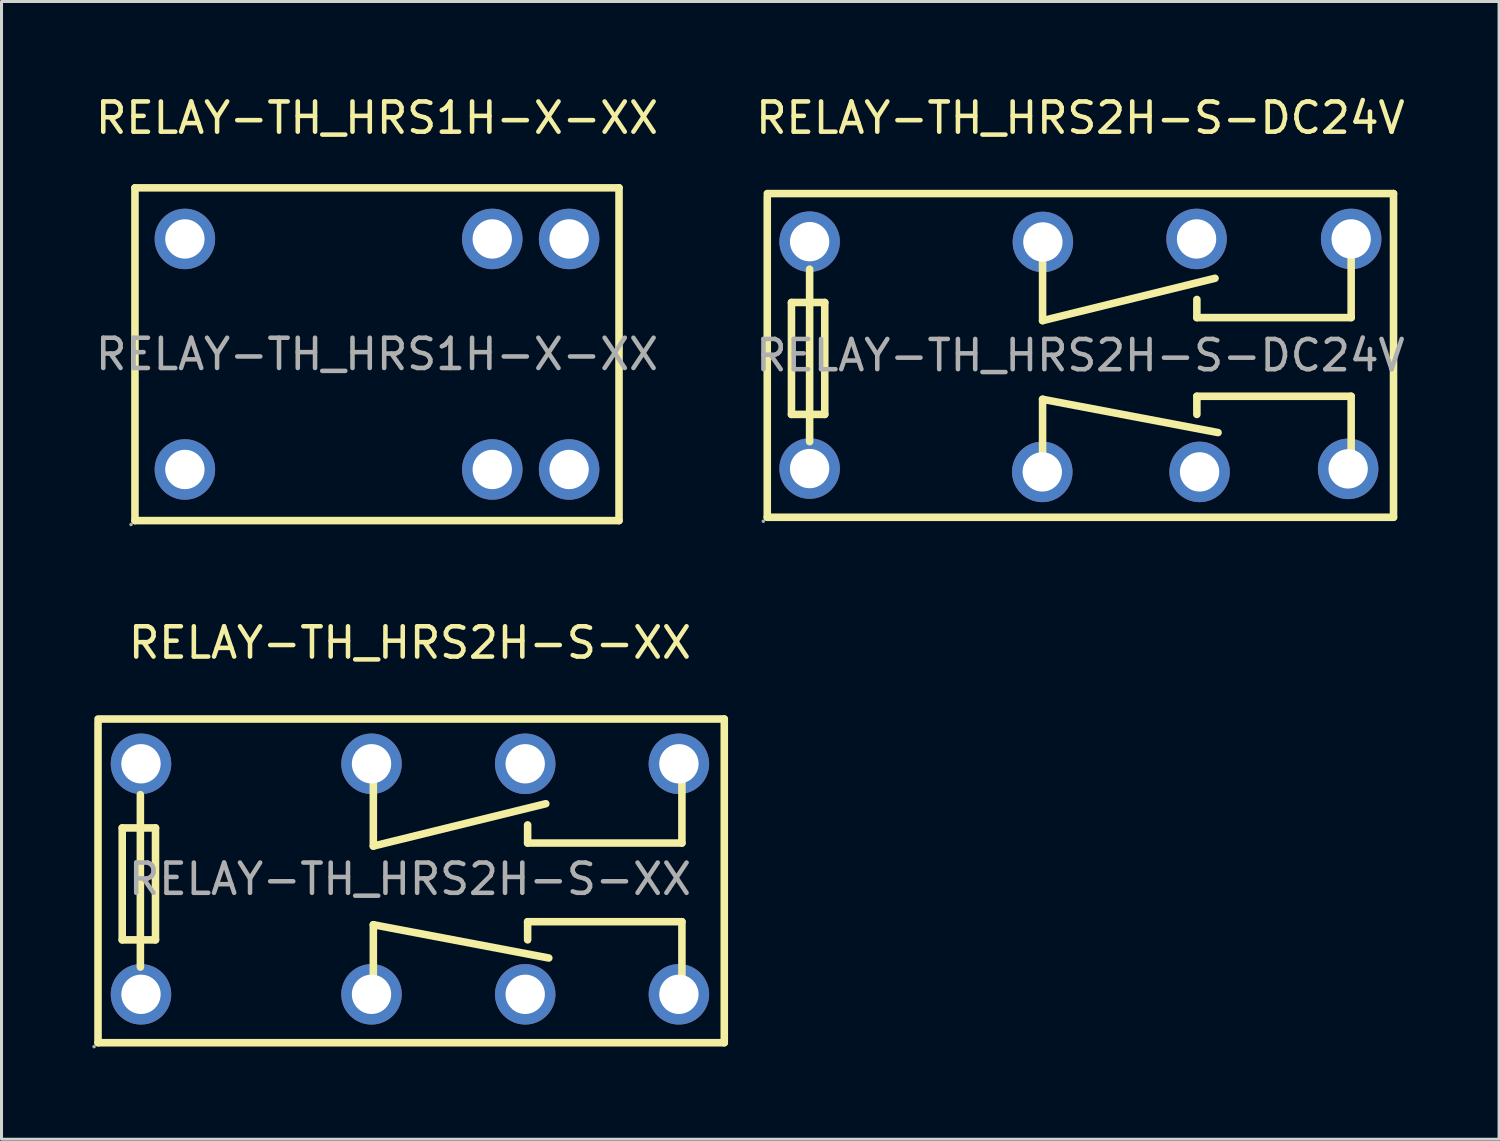
<source format=kicad_pcb>
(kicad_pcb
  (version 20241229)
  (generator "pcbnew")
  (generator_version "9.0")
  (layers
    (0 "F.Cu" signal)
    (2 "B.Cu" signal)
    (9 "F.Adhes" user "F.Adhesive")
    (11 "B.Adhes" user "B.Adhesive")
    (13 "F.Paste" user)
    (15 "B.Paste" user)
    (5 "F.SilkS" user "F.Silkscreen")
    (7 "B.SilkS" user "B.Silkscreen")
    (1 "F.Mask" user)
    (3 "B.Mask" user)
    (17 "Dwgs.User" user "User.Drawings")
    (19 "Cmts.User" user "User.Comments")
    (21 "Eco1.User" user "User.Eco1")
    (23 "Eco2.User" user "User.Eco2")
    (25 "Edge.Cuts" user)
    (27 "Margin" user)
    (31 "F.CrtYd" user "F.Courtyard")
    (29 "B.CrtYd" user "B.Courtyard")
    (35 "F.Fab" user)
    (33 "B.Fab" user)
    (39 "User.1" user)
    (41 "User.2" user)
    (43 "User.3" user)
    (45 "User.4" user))
  (footprint "RELAY-TH_HRS2H-S-XX"
    (layer "F.Cu")
    (at 10.5 26.006)
    (property "Reference" "RELAY-TH_HRS2H-S-XX" (at 0 -7.81 0) (layer "F.SilkS") (effects (font (size 1 1) (thickness 0.15))))
    (attr through_hole)
    (fp_line (start -10.31 -5.19) (end -10.31 5.41) (stroke (width 0.25) (type solid)) (layer "F.SilkS"))
    (fp_line (start -10.31 5.41) (end 10.39 5.41) (stroke (width 0.25) (type solid)) (layer "F.SilkS"))
    (fp_line (start -9.51 -1.69) (end -8.41 -1.69) (stroke (width 0.25) (type solid)) (layer "F.SilkS"))
    (fp_line (start -9.51 2.01) (end -9.51 -1.69) (stroke (width 0.25) (type solid)) (layer "F.SilkS"))
    (fp_line (start -8.91 -2.79) (end -8.91 2.91) (stroke (width 0.25) (type solid)) (layer "F.SilkS"))
    (fp_line (start -8.41 -1.69) (end -8.41 2.01) (stroke (width 0.25) (type solid)) (layer "F.SilkS"))
    (fp_line (start -8.41 2.01) (end -9.51 2.01) (stroke (width 0.25) (type solid)) (layer "F.SilkS"))
    (fp_line (start -1.21 -3.59) (end -1.21 -1.09) (stroke (width 0.25) (type solid)) (layer "F.SilkS"))
    (fp_line (start -1.21 -1.09) (end 4.49 -2.49) (stroke (width 0.25) (type solid)) (layer "F.SilkS"))
    (fp_line (start -1.21 1.51) (end 4.59 2.61) (stroke (width 0.25) (type solid)) (layer "F.SilkS"))
    (fp_line (start -1.21 3.91) (end -1.21 1.51) (stroke (width 0.25) (type solid)) (layer "F.SilkS"))
    (fp_line (start 3.89 -1.19) (end 3.89 -1.79) (stroke (width 0.25) (type solid)) (layer "F.SilkS"))
    (fp_line (start 3.89 1.41) (end 3.89 2.01) (stroke (width 0.25) (type solid)) (layer "F.SilkS"))
    (fp_line (start 8.99 -3.69) (end 8.99 -1.19) (stroke (width 0.25) (type solid)) (layer "F.SilkS"))
    (fp_line (start 8.99 -1.19) (end 3.89 -1.19) (stroke (width 0.25) (type solid)) (layer "F.SilkS"))
    (fp_line (start 8.99 1.41) (end 3.89 1.41) (stroke (width 0.25) (type solid)) (layer "F.SilkS"))
    (fp_line (start 8.99 3.91) (end 8.99 1.41) (stroke (width 0.25) (type solid)) (layer "F.SilkS"))
    (fp_line (start 10.39 -5.29) (end -10.31 -5.29) (stroke (width 0.25) (type solid)) (layer "F.SilkS"))
    (fp_line (start 10.39 5.41) (end 10.39 -5.29) (stroke (width 0.25) (type solid)) (layer "F.SilkS"))
    (fp_circle (center -10.44 5.54) (end -10.41 5.54) (stroke (width 0.06) (type solid)) (fill no) (layer "F.Fab"))
    (fp_circle (center -8.89 -3.81) (end -8.61 -3.81) (stroke (width 0.55) (type solid)) (fill no) (layer "F.Fab"))
    (fp_circle (center -8.89 3.81) (end -8.61 3.81) (stroke (width 0.55) (type solid)) (fill no) (layer "F.Fab"))
    (fp_circle (center -1.27 -3.81) (end -0.99 -3.81) (stroke (width 0.55) (type solid)) (fill no) (layer "F.Fab"))
    (fp_circle (center -1.27 3.81) (end -0.99 3.81) (stroke (width 0.55) (type solid)) (fill no) (layer "F.Fab"))
    (fp_circle (center 3.81 -3.81) (end 4.09 -3.81) (stroke (width 0.55) (type solid)) (fill no) (layer "F.Fab"))
    (fp_circle (center 3.81 3.81) (end 4.09 3.81) (stroke (width 0.55) (type solid)) (fill no) (layer "F.Fab"))
    (fp_circle (center 8.89 -3.81) (end 9.17 -3.81) (stroke (width 0.55) (type solid)) (fill no) (layer "F.Fab"))
    (fp_circle (center 8.89 3.81) (end 9.17 3.81) (stroke (width 0.55) (type solid)) (fill no) (layer "F.Fab"))
    (fp_text user "${REFERENCE}" (at 0 0 0) (layer "F.Fab") (effects (font (size 1 1) (thickness 0.15))))
    (pad "1" thru_hole circle (at -8.89 3.81) (size 2 2) (drill 1.3) (layers "*.Cu" "*.Paste" "*.Mask"))
    (pad "2" thru_hole circle (at -8.89 -3.81) (size 2 2) (drill 1.3) (layers "*.Cu" "*.Paste" "*.Mask"))
    (pad "3" thru_hole circle (at -1.27 3.81) (size 2 2) (drill 1.3) (layers "*.Cu" "*.Paste" "*.Mask"))
    (pad "4" thru_hole circle (at 3.81 3.81) (size 2 2) (drill 1.3) (layers "*.Cu" "*.Paste" "*.Mask"))
    (pad "5" thru_hole circle (at 8.89 3.81) (size 2 2) (drill 1.3) (layers "*.Cu" "*.Paste" "*.Mask"))
    (pad "6" thru_hole circle (at 8.89 -3.81) (size 2 2) (drill 1.3) (layers "*.Cu" "*.Paste" "*.Mask"))
    (pad "7" thru_hole circle (at 3.81 -3.81) (size 2 2) (drill 1.3) (layers "*.Cu" "*.Paste" "*.Mask"))
    (pad "8" thru_hole circle (at -1.27 -3.81) (size 2 2) (drill 1.3) (layers "*.Cu" "*.Paste" "*.Mask")))
  (footprint "RELAY-TH_HRS2H-S-DC24V"
    (layer "F.Cu")
    (at 32.661 8.698)
    (property "Reference" "RELAY-TH_HRS2H-S-DC24V" (at 0 -7.85 0) (layer "F.SilkS") (effects (font (size 1 1) (thickness 0.15))))
    (attr through_hole)
    (fp_line (start -10.35 -5.25) (end -10.35 5.35) (stroke (width 0.25) (type solid)) (layer "F.SilkS"))
    (fp_line (start -10.35 5.35) (end 10.35 5.35) (stroke (width 0.25) (type solid)) (layer "F.SilkS"))
    (fp_line (start -9.55 -1.75) (end -8.45 -1.75) (stroke (width 0.25) (type solid)) (layer "F.SilkS"))
    (fp_line (start -9.55 1.95) (end -9.55 -1.75) (stroke (width 0.25) (type solid)) (layer "F.SilkS"))
    (fp_line (start -8.95 -2.85) (end -8.95 2.85) (stroke (width 0.25) (type solid)) (layer "F.SilkS"))
    (fp_line (start -8.45 -1.75) (end -8.45 1.95) (stroke (width 0.25) (type solid)) (layer "F.SilkS"))
    (fp_line (start -8.45 1.95) (end -9.55 1.95) (stroke (width 0.25) (type solid)) (layer "F.SilkS"))
    (fp_line (start -1.25 -3.65) (end -1.25 -1.15) (stroke (width 0.25) (type solid)) (layer "F.SilkS"))
    (fp_line (start -1.25 -1.15) (end 4.45 -2.55) (stroke (width 0.25) (type solid)) (layer "F.SilkS"))
    (fp_line (start -1.25 1.45) (end 4.55 2.55) (stroke (width 0.25) (type solid)) (layer "F.SilkS"))
    (fp_line (start -1.25 3.85) (end -1.25 1.45) (stroke (width 0.25) (type solid)) (layer "F.SilkS"))
    (fp_line (start 3.85 -1.25) (end 3.85 -1.85) (stroke (width 0.25) (type solid)) (layer "F.SilkS"))
    (fp_line (start 3.85 1.35) (end 3.85 1.95) (stroke (width 0.25) (type solid)) (layer "F.SilkS"))
    (fp_line (start 8.95 -3.75) (end 8.95 -1.25) (stroke (width 0.25) (type solid)) (layer "F.SilkS"))
    (fp_line (start 8.95 -1.25) (end 3.85 -1.25) (stroke (width 0.25) (type solid)) (layer "F.SilkS"))
    (fp_line (start 8.95 1.35) (end 3.85 1.35) (stroke (width 0.25) (type solid)) (layer "F.SilkS"))
    (fp_line (start 8.95 3.85) (end 8.95 1.35) (stroke (width 0.25) (type solid)) (layer "F.SilkS"))
    (fp_line (start 10.35 -5.35) (end -10.35 -5.35) (stroke (width 0.25) (type solid)) (layer "F.SilkS"))
    (fp_line (start 10.35 5.35) (end 10.35 -5.35) (stroke (width 0.25) (type solid)) (layer "F.SilkS"))
    (fp_circle (center -10.48 5.48) (end -10.45 5.48) (stroke (width 0.06) (type solid)) (fill no) (layer "F.Fab"))
    (fp_circle (center -8.95 -3.76) (end -8.67 -3.76) (stroke (width 0.55) (type solid)) (fill no) (layer "F.Fab"))
    (fp_circle (center -8.95 3.74) (end -8.67 3.74) (stroke (width 0.55) (type solid)) (fill no) (layer "F.Fab"))
    (fp_circle (center -1.26 3.85) (end -0.98 3.85) (stroke (width 0.55) (type solid)) (fill no) (layer "F.Fab"))
    (fp_circle (center -1.24 -3.75) (end -0.96 -3.75) (stroke (width 0.55) (type solid)) (fill no) (layer "F.Fab"))
    (fp_circle (center 3.84 -3.85) (end 4.12 -3.85) (stroke (width 0.55) (type solid)) (fill no) (layer "F.Fab"))
    (fp_circle (center 3.94 3.85) (end 4.22 3.85) (stroke (width 0.55) (type solid)) (fill no) (layer "F.Fab"))
    (fp_circle (center 8.85 3.75) (end 9.13 3.75) (stroke (width 0.55) (type solid)) (fill no) (layer "F.Fab"))
    (fp_circle (center 8.95 -3.85) (end 9.23 -3.85) (stroke (width 0.55) (type solid)) (fill no) (layer "F.Fab"))
    (fp_text user "${REFERENCE}" (at 0 0 0) (layer "F.Fab") (effects (font (size 1 1) (thickness 0.15))))
    (pad "1" thru_hole circle (at -8.95 3.74) (size 2 2) (drill 1.3) (layers "*.Cu" "*.Paste" "*.Mask"))
    (pad "2" thru_hole circle (at -8.95 -3.76) (size 2 2) (drill 1.3) (layers "*.Cu" "*.Paste" "*.Mask"))
    (pad "3" thru_hole circle (at -1.26 3.85) (size 2 2) (drill 1.3) (layers "*.Cu" "*.Paste" "*.Mask"))
    (pad "4" thru_hole circle (at 3.94 3.85) (size 2 2) (drill 1.3) (layers "*.Cu" "*.Paste" "*.Mask"))
    (pad "5" thru_hole circle (at 8.85 3.75) (size 2 2) (drill 1.3) (layers "*.Cu" "*.Paste" "*.Mask"))
    (pad "6" thru_hole circle (at 8.95 -3.85) (size 2 2) (drill 1.3) (layers "*.Cu" "*.Paste" "*.Mask"))
    (pad "7" thru_hole circle (at 3.84 -3.85) (size 2 2) (drill 1.3) (layers "*.Cu" "*.Paste" "*.Mask"))
    (pad "8" thru_hole circle (at -1.24 -3.75) (size 2 2) (drill 1.3) (layers "*.Cu" "*.Paste" "*.Mask")))
  (footprint "RELAY-TH_HRS1H-X-XX"
    (layer "F.Cu")
    (at 9.411 8.658)
    (property "Reference" "RELAY-TH_HRS1H-X-XX" (at 0 -7.81 0) (layer "F.SilkS") (effects (font (size 1 1) (thickness 0.15))))
    (attr through_hole)
    (fp_line (start -8 -5.5) (end -8 5.5) (stroke (width 0.25) (type solid)) (layer "F.SilkS"))
    (fp_line (start -8 -5.5) (end 8 -5.5) (stroke (width 0.25) (type solid)) (layer "F.SilkS"))
    (fp_line (start -8 5.5) (end 8 5.5) (stroke (width 0.25) (type solid)) (layer "F.SilkS"))
    (fp_line (start 8 -5.5) (end 8 5.5) (stroke (width 0.25) (type solid)) (layer "F.SilkS"))
    (fp_circle (center -8.13 5.63) (end -8.1 5.63) (stroke (width 0.06) (type solid)) (fill no) (layer "F.Fab"))
    (fp_circle (center -6.35 -3.81) (end -6.07 -3.81) (stroke (width 0.55) (type solid)) (fill no) (layer "F.Fab"))
    (fp_circle (center -6.35 3.81) (end -6.07 3.81) (stroke (width 0.55) (type solid)) (fill no) (layer "F.Fab"))
    (fp_circle (center 3.81 -3.81) (end 4.09 -3.81) (stroke (width 0.55) (type solid)) (fill no) (layer "F.Fab"))
    (fp_circle (center 3.81 3.81) (end 4.09 3.81) (stroke (width 0.55) (type solid)) (fill no) (layer "F.Fab"))
    (fp_circle (center 6.35 -3.81) (end 6.63 -3.81) (stroke (width 0.55) (type solid)) (fill no) (layer "F.Fab"))
    (fp_circle (center 6.35 3.81) (end 6.63 3.81) (stroke (width 0.55) (type solid)) (fill no) (layer "F.Fab"))
    (fp_text user "${REFERENCE}" (at 0 0 0) (layer "F.Fab") (effects (font (size 1 1) (thickness 0.15))))
    (pad "1" thru_hole circle (at -6.35 3.81) (size 2 2) (drill 1.3) (layers "*.Cu" "*.Paste" "*.Mask"))
    (pad "2" thru_hole circle (at 3.81 3.81) (size 2 2) (drill 1.3) (layers "*.Cu" "*.Paste" "*.Mask"))
    (pad "3" thru_hole circle (at 6.35 3.81) (size 2 2) (drill 1.3) (layers "*.Cu" "*.Paste" "*.Mask"))
    (pad "4" thru_hole circle (at 6.35 -3.81) (size 2 2) (drill 1.3) (layers "*.Cu" "*.Paste" "*.Mask"))
    (pad "5" thru_hole circle (at 3.81 -3.81) (size 2 2) (drill 1.3) (layers "*.Cu" "*.Paste" "*.Mask"))
    (pad "6" thru_hole circle (at -6.35 -3.81) (size 2 2) (drill 1.3) (layers "*.Cu" "*.Paste" "*.Mask")))
  (gr_rect
    (start -3 -3)
    (end 46.5 34.606)
    (stroke (width 0.1) (type default))
    (fill no)
    (layer "Edge.Cuts")))
</source>
